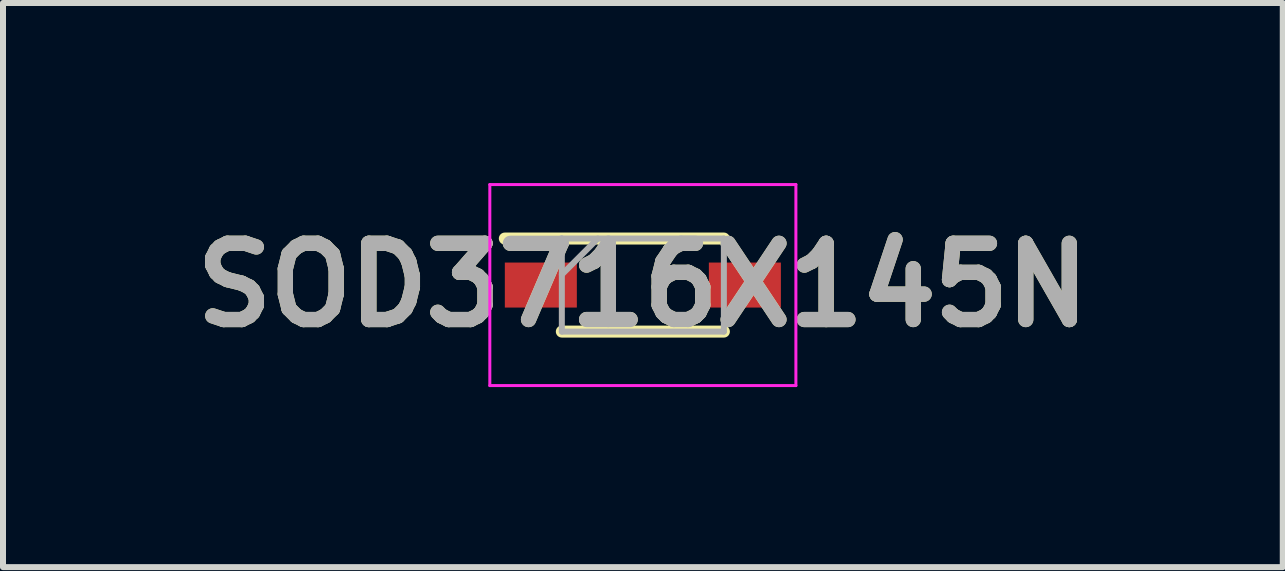
<source format=kicad_pcb>
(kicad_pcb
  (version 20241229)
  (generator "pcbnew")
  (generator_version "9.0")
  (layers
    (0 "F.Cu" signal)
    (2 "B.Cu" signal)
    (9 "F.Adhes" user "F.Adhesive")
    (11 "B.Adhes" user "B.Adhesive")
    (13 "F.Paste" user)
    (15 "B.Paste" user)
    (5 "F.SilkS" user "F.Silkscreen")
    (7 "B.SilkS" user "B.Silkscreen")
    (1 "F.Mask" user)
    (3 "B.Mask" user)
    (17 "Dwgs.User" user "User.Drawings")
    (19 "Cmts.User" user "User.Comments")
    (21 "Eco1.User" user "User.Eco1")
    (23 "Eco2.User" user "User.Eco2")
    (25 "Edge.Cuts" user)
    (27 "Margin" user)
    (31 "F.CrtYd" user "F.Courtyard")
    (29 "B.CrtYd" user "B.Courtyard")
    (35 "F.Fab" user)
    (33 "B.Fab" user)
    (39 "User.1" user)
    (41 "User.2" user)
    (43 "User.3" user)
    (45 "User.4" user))
  (footprint "SOD3716X145N"
    (layer "F.Cu")
    (at 7.662 1.7)
    (property "Reference" "SOD3716X145N" (at 0 0 0) (layer "F.SilkS") (effects (font (size 1.27 1.27) (thickness 0.254))))
    (attr smd)
    (fp_line (start -2.3 -0.775) (end 1.35 -0.775) (stroke (width 0.2) (type solid)) (layer "F.SilkS"))
    (fp_line (start -1.35 0.775) (end 1.35 0.775) (stroke (width 0.2) (type solid)) (layer "F.SilkS"))
    (fp_line (start -2.55 -1.675) (end 2.55 -1.675) (stroke (width 0.05) (type solid)) (layer "F.CrtYd"))
    (fp_line (start -2.55 1.675) (end -2.55 -1.675) (stroke (width 0.05) (type solid)) (layer "F.CrtYd"))
    (fp_line (start 2.55 -1.675) (end 2.55 1.675) (stroke (width 0.05) (type solid)) (layer "F.CrtYd"))
    (fp_line (start 2.55 1.675) (end -2.55 1.675) (stroke (width 0.05) (type solid)) (layer "F.CrtYd"))
    (fp_line (start -1.35 -0.775) (end 1.35 -0.775) (stroke (width 0.1) (type solid)) (layer "F.Fab"))
    (fp_line (start -1.35 -0.175) (end -0.75 -0.775) (stroke (width 0.1) (type solid)) (layer "F.Fab"))
    (fp_line (start -1.35 0.775) (end -1.35 -0.775) (stroke (width 0.1) (type solid)) (layer "F.Fab"))
    (fp_line (start 1.35 -0.775) (end 1.35 0.775) (stroke (width 0.1) (type solid)) (layer "F.Fab"))
    (fp_line (start 1.35 0.775) (end -1.35 0.775) (stroke (width 0.1) (type solid)) (layer "F.Fab"))
    (fp_text user "${REFERENCE}" (at 0 0 0) (layer "F.Fab") (effects (font (size 1.27 1.27) (thickness 0.254))))
    (pad "1" smd rect (at -1.7 0 90) (size 0.75 1.2) (layers "F.Cu" "F.Mask" "F.Paste"))
    (pad "2" smd rect (at 1.7 0 90) (size 0.75 1.2) (layers "F.Cu" "F.Mask" "F.Paste")))
  (gr_rect
    (start -3 -3)
    (end 18.325 6.4)
    (stroke (width 0.1) (type default))
    (fill no)
    (layer "Edge.Cuts")))
</source>
